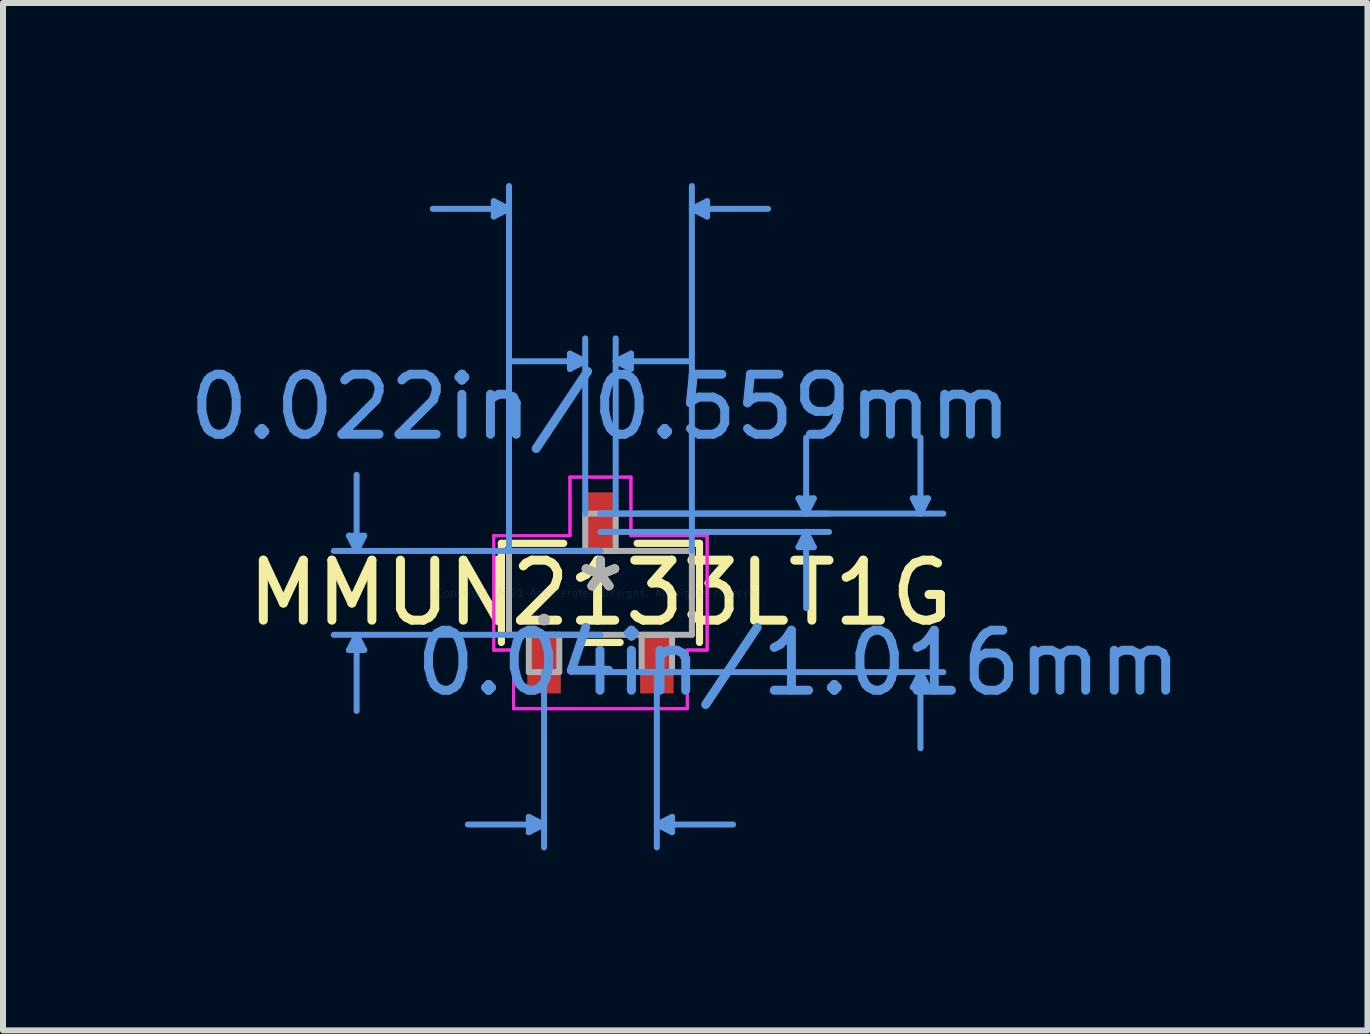
<source format=kicad_pcb>
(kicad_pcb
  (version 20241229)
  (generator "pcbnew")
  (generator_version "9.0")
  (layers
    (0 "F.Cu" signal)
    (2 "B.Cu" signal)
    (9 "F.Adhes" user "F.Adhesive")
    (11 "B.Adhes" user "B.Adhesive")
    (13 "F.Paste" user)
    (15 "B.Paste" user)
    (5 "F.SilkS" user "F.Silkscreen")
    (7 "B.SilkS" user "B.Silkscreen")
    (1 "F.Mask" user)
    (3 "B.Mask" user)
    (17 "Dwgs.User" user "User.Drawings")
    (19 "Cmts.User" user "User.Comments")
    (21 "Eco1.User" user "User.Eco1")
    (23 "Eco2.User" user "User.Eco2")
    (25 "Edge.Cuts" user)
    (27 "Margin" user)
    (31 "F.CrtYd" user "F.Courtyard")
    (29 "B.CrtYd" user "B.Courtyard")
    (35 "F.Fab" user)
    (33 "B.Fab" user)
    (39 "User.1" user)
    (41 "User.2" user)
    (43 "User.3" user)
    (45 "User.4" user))
  (footprint "MMUN2133LT1G"
    (layer "F.Cu")
    (at 6.958 6.832)
    (property "Reference" "MMUN2133LT1G" (at 0 0 0) (layer "F.SilkS") (effects (font (size 1 1) (thickness 0.15))))
    (attr through_hole)
    (fp_line (start -1.651 -0.826) (end -1.651 0.826) (stroke (width 0.12) (type solid)) (layer "F.SilkS"))
    (fp_line (start -0.612 -0.826) (end -1.651 -0.826) (stroke (width 0.12) (type solid)) (layer "F.SilkS"))
    (fp_line (start -0.328 0.826) (end 0.328 0.826) (stroke (width 0.12) (type solid)) (layer "F.SilkS"))
    (fp_line (start 1.651 -0.826) (end 0.612 -0.826) (stroke (width 0.12) (type solid)) (layer "F.SilkS"))
    (fp_line (start 1.651 0.826) (end 1.651 -0.826) (stroke (width 0.12) (type solid)) (layer "F.SilkS"))
    (fp_line (start -4.191 -0.953) (end -3.937 -0.953) (stroke (width 0.1) (type solid)) (layer "Cmts.User"))
    (fp_line (start -4.191 0.953) (end -3.937 0.953) (stroke (width 0.1) (type solid)) (layer "Cmts.User"))
    (fp_line (start -4.064 -0.699) (end -4.191 -0.953) (stroke (width 0.1) (type solid)) (layer "Cmts.User"))
    (fp_line (start -4.064 -0.699) (end -4.064 -1.968) (stroke (width 0.1) (type solid)) (layer "Cmts.User"))
    (fp_line (start -4.064 -0.699) (end -3.937 -0.953) (stroke (width 0.1) (type solid)) (layer "Cmts.User"))
    (fp_line (start -4.064 0.699) (end -4.191 0.953) (stroke (width 0.1) (type solid)) (layer "Cmts.User"))
    (fp_line (start -4.064 0.699) (end -4.064 1.968) (stroke (width 0.1) (type solid)) (layer "Cmts.User"))
    (fp_line (start -4.064 0.699) (end -3.937 0.953) (stroke (width 0.1) (type solid)) (layer "Cmts.User"))
    (fp_line (start -1.778 -6.528) (end -1.778 -6.274) (stroke (width 0.1) (type solid)) (layer "Cmts.User"))
    (fp_line (start -1.524 -6.401) (end -2.794 -6.401) (stroke (width 0.1) (type solid)) (layer "Cmts.User"))
    (fp_line (start -1.524 -6.401) (end -1.778 -6.528) (stroke (width 0.1) (type solid)) (layer "Cmts.User"))
    (fp_line (start -1.524 -6.401) (end -1.778 -6.274) (stroke (width 0.1) (type solid)) (layer "Cmts.User"))
    (fp_line (start -1.524 -0.699) (end -1.524 -6.782) (stroke (width 0.1) (type solid)) (layer "Cmts.User"))
    (fp_line (start -1.194 3.734) (end -1.194 3.988) (stroke (width 0.1) (type solid)) (layer "Cmts.User"))
    (fp_line (start -0.94 1.321) (end -0.94 4.242) (stroke (width 0.1) (type solid)) (layer "Cmts.User"))
    (fp_line (start -0.94 3.861) (end -2.21 3.861) (stroke (width 0.1) (type solid)) (layer "Cmts.User"))
    (fp_line (start -0.94 3.861) (end -1.194 3.734) (stroke (width 0.1) (type solid)) (layer "Cmts.User"))
    (fp_line (start -0.94 3.861) (end -1.194 3.988) (stroke (width 0.1) (type solid)) (layer "Cmts.User"))
    (fp_line (start -0.508 -3.988) (end -0.508 -3.734) (stroke (width 0.1) (type solid)) (layer "Cmts.User"))
    (fp_line (start -0.254 -3.861) (end -1.524 -3.861) (stroke (width 0.1) (type solid)) (layer "Cmts.User"))
    (fp_line (start -0.254 -3.861) (end -0.508 -3.988) (stroke (width 0.1) (type solid)) (layer "Cmts.User"))
    (fp_line (start -0.254 -3.861) (end -0.508 -3.734) (stroke (width 0.1) (type solid)) (layer "Cmts.User"))
    (fp_line (start -0.254 -1.321) (end -0.254 -4.242) (stroke (width 0.1) (type solid)) (layer "Cmts.User"))
    (fp_line (start 0 -1.321) (end 3.81 -1.321) (stroke (width 0.1) (type solid)) (layer "Cmts.User"))
    (fp_line (start 0 -1.321) (end 5.715 -1.321) (stroke (width 0.1) (type solid)) (layer "Cmts.User"))
    (fp_line (start 0 -1.016) (end 3.81 -1.016) (stroke (width 0.1) (type solid)) (layer "Cmts.User"))
    (fp_line (start 0 -0.699) (end -4.445 -0.699) (stroke (width 0.1) (type solid)) (layer "Cmts.User"))
    (fp_line (start 0 0.699) (end -4.445 0.699) (stroke (width 0.1) (type solid)) (layer "Cmts.User"))
    (fp_line (start 0 1.321) (end 5.715 1.321) (stroke (width 0.1) (type solid)) (layer "Cmts.User"))
    (fp_line (start 0.254 -3.861) (end 0.508 -3.988) (stroke (width 0.1) (type solid)) (layer "Cmts.User"))
    (fp_line (start 0.254 -3.861) (end 0.508 -3.734) (stroke (width 0.1) (type solid)) (layer "Cmts.User"))
    (fp_line (start 0.254 -3.861) (end 1.524 -3.861) (stroke (width 0.1) (type solid)) (layer "Cmts.User"))
    (fp_line (start 0.254 -1.321) (end 0.254 -4.242) (stroke (width 0.1) (type solid)) (layer "Cmts.User"))
    (fp_line (start 0.508 -3.988) (end 0.508 -3.734) (stroke (width 0.1) (type solid)) (layer "Cmts.User"))
    (fp_line (start 0.94 1.321) (end 0.94 4.242) (stroke (width 0.1) (type solid)) (layer "Cmts.User"))
    (fp_line (start 0.94 3.861) (end 1.194 3.734) (stroke (width 0.1) (type solid)) (layer "Cmts.User"))
    (fp_line (start 0.94 3.861) (end 1.194 3.988) (stroke (width 0.1) (type solid)) (layer "Cmts.User"))
    (fp_line (start 0.94 3.861) (end 2.21 3.861) (stroke (width 0.1) (type solid)) (layer "Cmts.User"))
    (fp_line (start 1.194 3.734) (end 1.194 3.988) (stroke (width 0.1) (type solid)) (layer "Cmts.User"))
    (fp_line (start 1.524 -6.401) (end 1.778 -6.528) (stroke (width 0.1) (type solid)) (layer "Cmts.User"))
    (fp_line (start 1.524 -6.401) (end 1.778 -6.274) (stroke (width 0.1) (type solid)) (layer "Cmts.User"))
    (fp_line (start 1.524 -6.401) (end 2.794 -6.401) (stroke (width 0.1) (type solid)) (layer "Cmts.User"))
    (fp_line (start 1.524 -0.699) (end 1.524 -6.782) (stroke (width 0.1) (type solid)) (layer "Cmts.User"))
    (fp_line (start 1.778 -6.528) (end 1.778 -6.274) (stroke (width 0.1) (type solid)) (layer "Cmts.User"))
    (fp_line (start 3.302 -1.575) (end 3.556 -1.575) (stroke (width 0.1) (type solid)) (layer "Cmts.User"))
    (fp_line (start 3.302 -0.762) (end 3.556 -0.762) (stroke (width 0.1) (type solid)) (layer "Cmts.User"))
    (fp_line (start 3.429 -1.321) (end 3.302 -1.575) (stroke (width 0.1) (type solid)) (layer "Cmts.User"))
    (fp_line (start 3.429 -1.321) (end 3.429 -2.591) (stroke (width 0.1) (type solid)) (layer "Cmts.User"))
    (fp_line (start 3.429 -1.321) (end 3.556 -1.575) (stroke (width 0.1) (type solid)) (layer "Cmts.User"))
    (fp_line (start 3.429 -1.016) (end 3.302 -0.762) (stroke (width 0.1) (type solid)) (layer "Cmts.User"))
    (fp_line (start 3.429 -1.016) (end 3.429 0.254) (stroke (width 0.1) (type solid)) (layer "Cmts.User"))
    (fp_line (start 3.429 -1.016) (end 3.556 -0.762) (stroke (width 0.1) (type solid)) (layer "Cmts.User"))
    (fp_line (start 5.207 -1.575) (end 5.461 -1.575) (stroke (width 0.1) (type solid)) (layer "Cmts.User"))
    (fp_line (start 5.207 1.575) (end 5.461 1.575) (stroke (width 0.1) (type solid)) (layer "Cmts.User"))
    (fp_line (start 5.334 -1.321) (end 5.207 -1.575) (stroke (width 0.1) (type solid)) (layer "Cmts.User"))
    (fp_line (start 5.334 -1.321) (end 5.334 -2.591) (stroke (width 0.1) (type solid)) (layer "Cmts.User"))
    (fp_line (start 5.334 -1.321) (end 5.461 -1.575) (stroke (width 0.1) (type solid)) (layer "Cmts.User"))
    (fp_line (start 5.334 1.321) (end 5.207 1.575) (stroke (width 0.1) (type solid)) (layer "Cmts.User"))
    (fp_line (start 5.334 1.321) (end 5.334 2.591) (stroke (width 0.1) (type solid)) (layer "Cmts.User"))
    (fp_line (start 5.334 1.321) (end 5.461 1.575) (stroke (width 0.1) (type solid)) (layer "Cmts.User"))
    (fp_line (start -1.778 -0.953) (end -0.508 -0.953) (stroke (width 0.05) (type solid)) (layer "F.CrtYd"))
    (fp_line (start -1.778 -0.953) (end -0.508 -0.953) (stroke (width 0.05) (type solid)) (layer "F.CrtYd"))
    (fp_line (start -1.778 0.953) (end -1.778 -0.953) (stroke (width 0.05) (type solid)) (layer "F.CrtYd"))
    (fp_line (start -1.778 0.953) (end -1.778 -0.953) (stroke (width 0.05) (type solid)) (layer "F.CrtYd"))
    (fp_line (start -1.778 0.953) (end -1.448 0.953) (stroke (width 0.05) (type solid)) (layer "F.CrtYd"))
    (fp_line (start -1.448 0.953) (end -1.778 0.953) (stroke (width 0.05) (type solid)) (layer "F.CrtYd"))
    (fp_line (start -1.448 0.953) (end -1.448 1.93) (stroke (width 0.05) (type solid)) (layer "F.CrtYd"))
    (fp_line (start -1.448 1.93) (end -1.448 0.953) (stroke (width 0.05) (type solid)) (layer "F.CrtYd"))
    (fp_line (start -1.448 1.93) (end 1.448 1.93) (stroke (width 0.05) (type solid)) (layer "F.CrtYd"))
    (fp_line (start -0.508 -1.93) (end 0.508 -1.93) (stroke (width 0.05) (type solid)) (layer "F.CrtYd"))
    (fp_line (start -0.508 -1.93) (end 0.508 -1.93) (stroke (width 0.05) (type solid)) (layer "F.CrtYd"))
    (fp_line (start -0.508 -0.953) (end -0.508 -1.93) (stroke (width 0.05) (type solid)) (layer "F.CrtYd"))
    (fp_line (start -0.508 -0.953) (end -0.508 -1.93) (stroke (width 0.05) (type solid)) (layer "F.CrtYd"))
    (fp_line (start 0.508 -1.93) (end 0.508 -0.953) (stroke (width 0.05) (type solid)) (layer "F.CrtYd"))
    (fp_line (start 0.508 -0.953) (end 0.508 -1.93) (stroke (width 0.05) (type solid)) (layer "F.CrtYd"))
    (fp_line (start 0.508 -0.953) (end 1.778 -0.953) (stroke (width 0.05) (type solid)) (layer "F.CrtYd"))
    (fp_line (start 1.448 0.953) (end 1.448 1.93) (stroke (width 0.05) (type solid)) (layer "F.CrtYd"))
    (fp_line (start 1.448 0.953) (end 1.448 1.93) (stroke (width 0.05) (type solid)) (layer "F.CrtYd"))
    (fp_line (start 1.448 1.93) (end -1.448 1.93) (stroke (width 0.05) (type solid)) (layer "F.CrtYd"))
    (fp_line (start 1.778 -0.953) (end 0.508 -0.953) (stroke (width 0.05) (type solid)) (layer "F.CrtYd"))
    (fp_line (start 1.778 -0.953) (end 1.778 0.953) (stroke (width 0.05) (type solid)) (layer "F.CrtYd"))
    (fp_line (start 1.778 -0.953) (end 1.778 0.953) (stroke (width 0.05) (type solid)) (layer "F.CrtYd"))
    (fp_line (start 1.778 0.953) (end 1.448 0.953) (stroke (width 0.05) (type solid)) (layer "F.CrtYd"))
    (fp_line (start 1.778 0.953) (end 1.448 0.953) (stroke (width 0.05) (type solid)) (layer "F.CrtYd"))
    (fp_line (start -1.524 -0.699) (end -1.524 0.699) (stroke (width 0.1) (type solid)) (layer "F.Fab"))
    (fp_line (start -1.524 0.699) (end 1.524 0.699) (stroke (width 0.1) (type solid)) (layer "F.Fab"))
    (fp_line (start -1.194 0.699) (end -1.194 1.321) (stroke (width 0.1) (type solid)) (layer "F.Fab"))
    (fp_line (start -1.194 1.321) (end -0.686 1.321) (stroke (width 0.1) (type solid)) (layer "F.Fab"))
    (fp_line (start -0.686 0.699) (end -1.194 0.699) (stroke (width 0.1) (type solid)) (layer "F.Fab"))
    (fp_line (start -0.686 1.321) (end -0.686 0.699) (stroke (width 0.1) (type solid)) (layer "F.Fab"))
    (fp_line (start -0.254 -1.321) (end -0.254 -0.699) (stroke (width 0.1) (type solid)) (layer "F.Fab"))
    (fp_line (start -0.254 -0.699) (end 0.254 -0.699) (stroke (width 0.1) (type solid)) (layer "F.Fab"))
    (fp_line (start 0.254 -1.321) (end -0.254 -1.321) (stroke (width 0.1) (type solid)) (layer "F.Fab"))
    (fp_line (start 0.254 -0.699) (end 0.254 -1.321) (stroke (width 0.1) (type solid)) (layer "F.Fab"))
    (fp_line (start 0.686 0.699) (end 0.686 1.321) (stroke (width 0.1) (type solid)) (layer "F.Fab"))
    (fp_line (start 0.686 1.321) (end 1.194 1.321) (stroke (width 0.1) (type solid)) (layer "F.Fab"))
    (fp_line (start 1.194 0.699) (end 0.686 0.699) (stroke (width 0.1) (type solid)) (layer "F.Fab"))
    (fp_line (start 1.194 1.321) (end 1.194 0.699) (stroke (width 0.1) (type solid)) (layer "F.Fab"))
    (fp_line (start 1.524 -0.699) (end -1.524 -0.699) (stroke (width 0.1) (type solid)) (layer "F.Fab"))
    (fp_line (start 1.524 0.699) (end 1.524 -0.699) (stroke (width 0.1) (type solid)) (layer "F.Fab"))
    (fp_circle (center -0.94 0.445) (end -0.94 0.445) (stroke (width 0.1) (type solid)) (fill no) (layer "F.Fab"))
    (fp_text user "*" (at 0 0 0) (layer "F.SilkS") (effects (font (size 1 1) (thickness 0.15))))
    (fp_text user "0.04in/1.016mm" (at 3.302 1.168 0) (layer "Cmts.User") (effects (font (size 1 1) (thickness 0.15))))
    (fp_text user "Copyright 2021 Accelerated Designs. All rights reserved." (at 0 0 0) (layer "Cmts.User") (effects (font (size 0.127 0.127) (thickness 0.002))))
    (fp_text user "0.022in/0.559mm" (at 0 -3.099 0) (layer "Cmts.User") (effects (font (size 1 1) (thickness 0.15))))
    (fp_text user "*" (at 0 0 0) (layer "F.Fab") (effects (font (size 1 1) (thickness 0.15))))
    (pad "1" smd rect (at -0.94 1.168) (size 0.559 1.016) (layers "F.Cu" "F.Mask" "F.Paste"))
    (pad "2" smd rect (at 0.94 1.168) (size 0.559 1.016) (layers "F.Cu" "F.Mask" "F.Paste"))
    (pad "3" smd rect (at 0 -1.168) (size 0.559 1.016) (layers "F.Cu" "F.Mask" "F.Paste")))
  (gr_rect
    (start -3 -3)
    (end 19.742 14.124)
    (stroke (width 0.1) (type default))
    (fill no)
    (layer "Edge.Cuts")))
</source>
